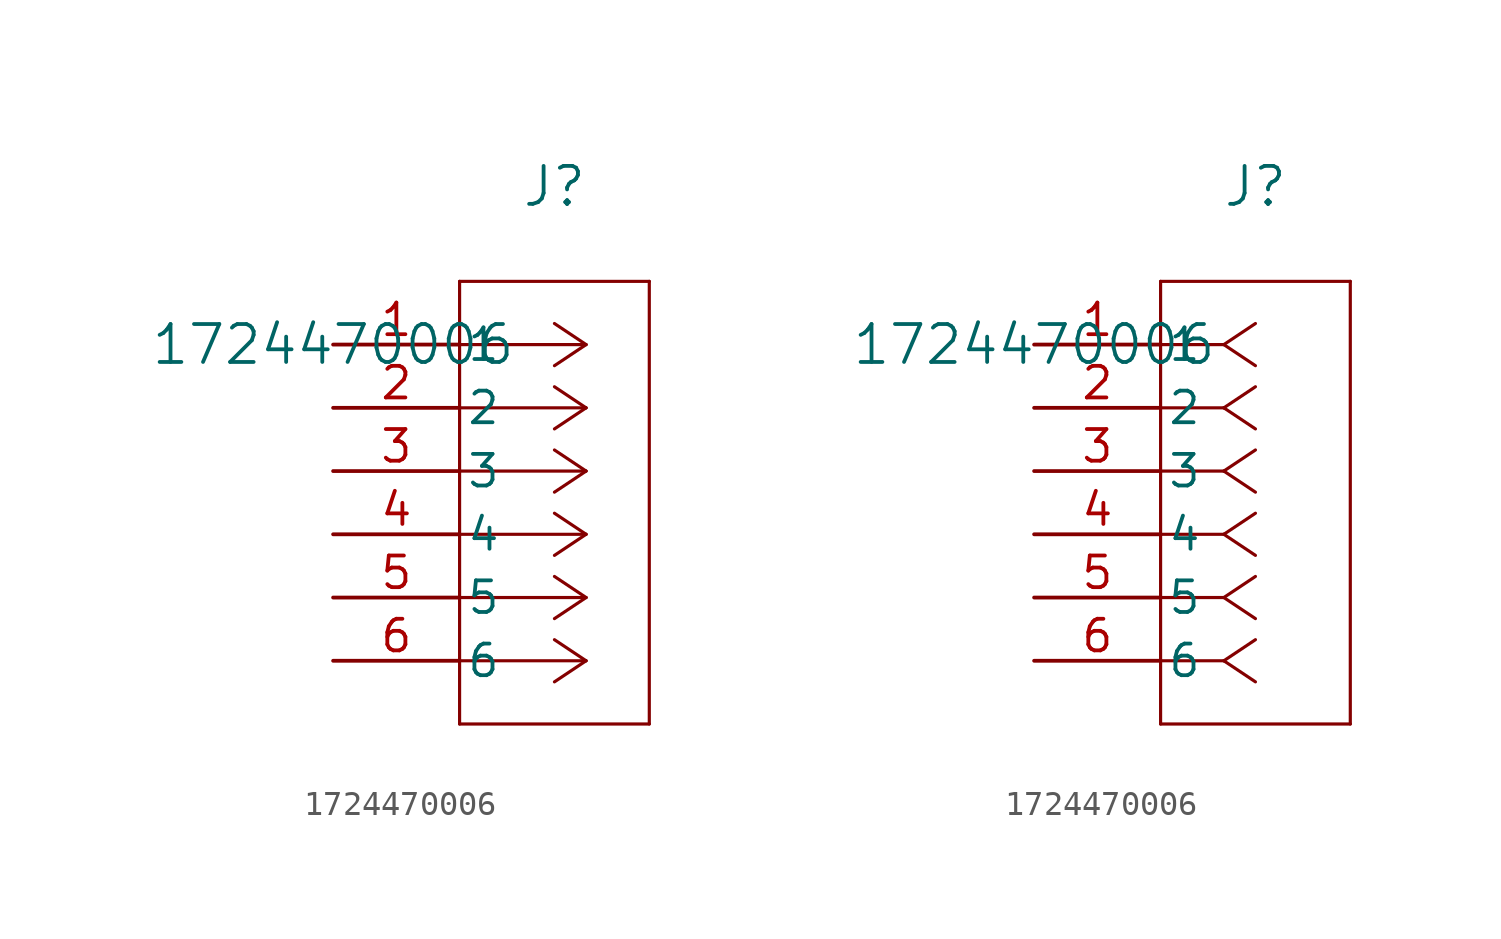
<source format=kicad_sym>
(kicad_symbol_lib
  (version 20211014)
  (generator kicad_symbol_editor)
  (symbol "1724470006"
    (pin_names
      (offset 0.254))
    (property "Reference" "J"
      (at 8.89 6.35 0)
      (effects (font (size 1.524 1.524))))
    (property "Value" "1724470006"
      (at 0 0 0)
      (effects (font (size 1.524 1.524))))
    (symbol "1724470006_1_1"
      (polyline (pts (xy 10.16 0) (xy 5.08 0)) (stroke (width 0.127) (type default) (color 0 0 0 0)) (fill (type none)))
      (polyline (pts (xy 10.16 -2.54) (xy 5.08 -2.54)) (stroke (width 0.127) (type default) (color 0 0 0 0)) (fill (type none)))
      (polyline (pts (xy 10.16 -5.08) (xy 5.08 -5.08)) (stroke (width 0.127) (type default) (color 0 0 0 0)) (fill (type none)))
      (polyline (pts (xy 10.16 -7.62) (xy 5.08 -7.62)) (stroke (width 0.127) (type default) (color 0 0 0 0)) (fill (type none)))
      (polyline (pts (xy 10.16 -10.16) (xy 5.08 -10.16)) (stroke (width 0.127) (type default) (color 0 0 0 0)) (fill (type none)))
      (polyline (pts (xy 10.16 -12.7) (xy 5.08 -12.7)) (stroke (width 0.127) (type default) (color 0 0 0 0)) (fill (type none)))
      (polyline (pts (xy 10.16 0) (xy 8.89 0.847)) (stroke (width 0.127) (type default) (color 0 0 0 0)) (fill (type none)))
      (polyline (pts (xy 10.16 -2.54) (xy 8.89 -1.693)) (stroke (width 0.127) (type default) (color 0 0 0 0)) (fill (type none)))
      (polyline (pts (xy 10.16 -5.08) (xy 8.89 -4.233)) (stroke (width 0.127) (type default) (color 0 0 0 0)) (fill (type none)))
      (polyline (pts (xy 10.16 -7.62) (xy 8.89 -6.773)) (stroke (width 0.127) (type default) (color 0 0 0 0)) (fill (type none)))
      (polyline (pts (xy 10.16 -10.16) (xy 8.89 -9.313)) (stroke (width 0.127) (type default) (color 0 0 0 0)) (fill (type none)))
      (polyline (pts (xy 10.16 -12.7) (xy 8.89 -11.853)) (stroke (width 0.127) (type default) (color 0 0 0 0)) (fill (type none)))
      (polyline (pts (xy 10.16 0) (xy 8.89 -0.847)) (stroke (width 0.127) (type default) (color 0 0 0 0)) (fill (type none)))
      (polyline (pts (xy 10.16 -2.54) (xy 8.89 -3.387)) (stroke (width 0.127) (type default) (color 0 0 0 0)) (fill (type none)))
      (polyline (pts (xy 10.16 -5.08) (xy 8.89 -5.927)) (stroke (width 0.127) (type default) (color 0 0 0 0)) (fill (type none)))
      (polyline (pts (xy 10.16 -7.62) (xy 8.89 -8.467)) (stroke (width 0.127) (type default) (color 0 0 0 0)) (fill (type none)))
      (polyline (pts (xy 10.16 -10.16) (xy 8.89 -11.007)) (stroke (width 0.127) (type default) (color 0 0 0 0)) (fill (type none)))
      (polyline (pts (xy 10.16 -12.7) (xy 8.89 -13.547)) (stroke (width 0.127) (type default) (color 0 0 0 0)) (fill (type none)))
      (polyline (pts (xy 5.08 2.54) (xy 5.08 -15.24)) (stroke (width 0.127) (type default) (color 0 0 0 0)) (fill (type none)))
      (polyline (pts (xy 5.08 -15.24) (xy 12.7 -15.24)) (stroke (width 0.127) (type default) (color 0 0 0 0)) (fill (type none)))
      (polyline (pts (xy 12.7 -15.24) (xy 12.7 2.54)) (stroke (width 0.127) (type default) (color 0 0 0 0)) (fill (type none)))
      (polyline (pts (xy 12.7 2.54) (xy 5.08 2.54)) (stroke (width 0.127) (type default) (color 0 0 0 0)) (fill (type none)))
      (pin unspecified line (at 0 0 0) (length 5.08) (name "1" (effects (font (size 1.27 1.27)))) (number "1" (effects (font (size 1.27 1.27)))))
      (pin unspecified line (at 0 -2.54 0) (length 5.08) (name "2" (effects (font (size 1.27 1.27)))) (number "2" (effects (font (size 1.27 1.27)))))
      (pin unspecified line (at 0 -5.08 0) (length 5.08) (name "3" (effects (font (size 1.27 1.27)))) (number "3" (effects (font (size 1.27 1.27)))))
      (pin unspecified line (at 0 -7.62 0) (length 5.08) (name "4" (effects (font (size 1.27 1.27)))) (number "4" (effects (font (size 1.27 1.27)))))
      (pin unspecified line (at 0 -10.16 0) (length 5.08) (name "5" (effects (font (size 1.27 1.27)))) (number "5" (effects (font (size 1.27 1.27)))))
      (pin unspecified line (at 0 -12.7 0) (length 5.08) (name "6" (effects (font (size 1.27 1.27)))) (number "6" (effects (font (size 1.27 1.27))))))
    (symbol "1724470006_1_2"
      (polyline (pts (xy 7.62 0) (xy 5.08 0)) (stroke (width 0.127) (type default) (color 0 0 0 0)) (fill (type none)))
      (polyline (pts (xy 7.62 -2.54) (xy 5.08 -2.54)) (stroke (width 0.127) (type default) (color 0 0 0 0)) (fill (type none)))
      (polyline (pts (xy 7.62 -5.08) (xy 5.08 -5.08)) (stroke (width 0.127) (type default) (color 0 0 0 0)) (fill (type none)))
      (polyline (pts (xy 7.62 -7.62) (xy 5.08 -7.62)) (stroke (width 0.127) (type default) (color 0 0 0 0)) (fill (type none)))
      (polyline (pts (xy 7.62 -10.16) (xy 5.08 -10.16)) (stroke (width 0.127) (type default) (color 0 0 0 0)) (fill (type none)))
      (polyline (pts (xy 7.62 -12.7) (xy 5.08 -12.7)) (stroke (width 0.127) (type default) (color 0 0 0 0)) (fill (type none)))
      (polyline (pts (xy 7.62 0) (xy 8.89 0.847)) (stroke (width 0.127) (type default) (color 0 0 0 0)) (fill (type none)))
      (polyline (pts (xy 7.62 -2.54) (xy 8.89 -1.693)) (stroke (width 0.127) (type default) (color 0 0 0 0)) (fill (type none)))
      (polyline (pts (xy 7.62 -5.08) (xy 8.89 -4.233)) (stroke (width 0.127) (type default) (color 0 0 0 0)) (fill (type none)))
      (polyline (pts (xy 7.62 -7.62) (xy 8.89 -6.773)) (stroke (width 0.127) (type default) (color 0 0 0 0)) (fill (type none)))
      (polyline (pts (xy 7.62 -10.16) (xy 8.89 -9.313)) (stroke (width 0.127) (type default) (color 0 0 0 0)) (fill (type none)))
      (polyline (pts (xy 7.62 -12.7) (xy 8.89 -11.853)) (stroke (width 0.127) (type default) (color 0 0 0 0)) (fill (type none)))
      (polyline (pts (xy 7.62 0) (xy 8.89 -0.847)) (stroke (width 0.127) (type default) (color 0 0 0 0)) (fill (type none)))
      (polyline (pts (xy 7.62 -2.54) (xy 8.89 -3.387)) (stroke (width 0.127) (type default) (color 0 0 0 0)) (fill (type none)))
      (polyline (pts (xy 7.62 -5.08) (xy 8.89 -5.927)) (stroke (width 0.127) (type default) (color 0 0 0 0)) (fill (type none)))
      (polyline (pts (xy 7.62 -7.62) (xy 8.89 -8.467)) (stroke (width 0.127) (type default) (color 0 0 0 0)) (fill (type none)))
      (polyline (pts (xy 7.62 -10.16) (xy 8.89 -11.007)) (stroke (width 0.127) (type default) (color 0 0 0 0)) (fill (type none)))
      (polyline (pts (xy 7.62 -12.7) (xy 8.89 -13.547)) (stroke (width 0.127) (type default) (color 0 0 0 0)) (fill (type none)))
      (polyline (pts (xy 5.08 2.54) (xy 5.08 -15.24)) (stroke (width 0.127) (type default) (color 0 0 0 0)) (fill (type none)))
      (polyline (pts (xy 5.08 -15.24) (xy 12.7 -15.24)) (stroke (width 0.127) (type default) (color 0 0 0 0)) (fill (type none)))
      (polyline (pts (xy 12.7 -15.24) (xy 12.7 2.54)) (stroke (width 0.127) (type default) (color 0 0 0 0)) (fill (type none)))
      (polyline (pts (xy 12.7 2.54) (xy 5.08 2.54)) (stroke (width 0.127) (type default) (color 0 0 0 0)) (fill (type none)))
      (pin unspecified line (at 0 0 0) (length 5.08) (name "1" (effects (font (size 1.27 1.27)))) (number "1" (effects (font (size 1.27 1.27)))))
      (pin unspecified line (at 0 -2.54 0) (length 5.08) (name "2" (effects (font (size 1.27 1.27)))) (number "2" (effects (font (size 1.27 1.27)))))
      (pin unspecified line (at 0 -5.08 0) (length 5.08) (name "3" (effects (font (size 1.27 1.27)))) (number "3" (effects (font (size 1.27 1.27)))))
      (pin unspecified line (at 0 -7.62 0) (length 5.08) (name "4" (effects (font (size 1.27 1.27)))) (number "4" (effects (font (size 1.27 1.27)))))
      (pin unspecified line (at 0 -10.16 0) (length 5.08) (name "5" (effects (font (size 1.27 1.27)))) (number "5" (effects (font (size 1.27 1.27)))))
      (pin unspecified line (at 0 -12.7 0) (length 5.08) (name "6" (effects (font (size 1.27 1.27)))) (number "6" (effects (font (size 1.27 1.27))))))))
</source>
